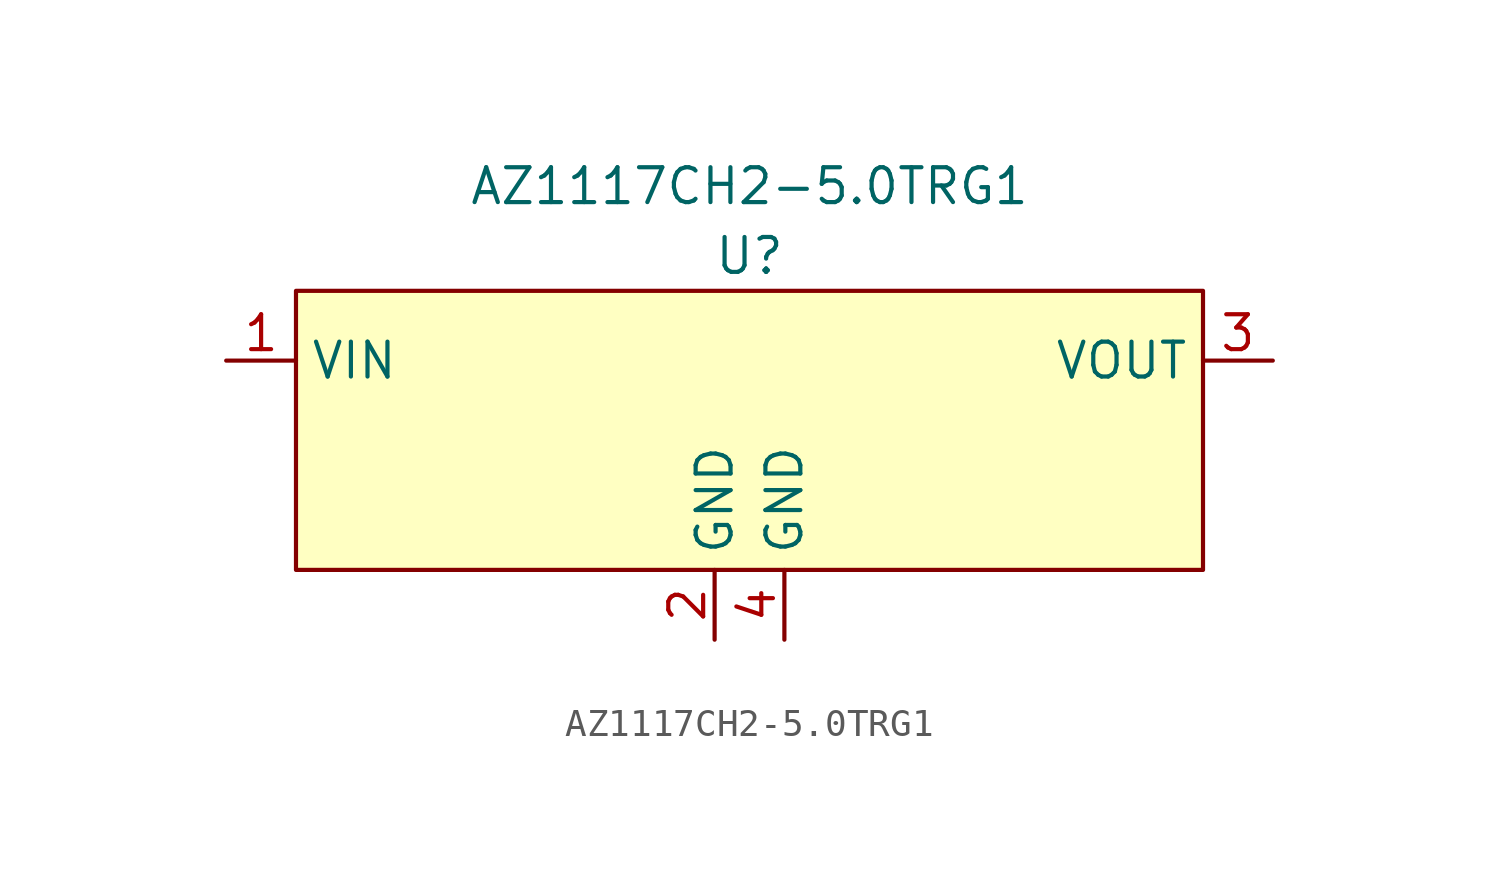
<source format=kicad_sym>
(kicad_symbol_lib
  (version 20211014)
  (generator kicad_symbol_editor)
  (symbol "AZ1117CH2-5.0TRG1"
    (property "Reference" "U"
      (at 0 6.35 0)
      (effects (font (size 1.27 1.27))))
    (property "Value" "AZ1117CH2-5.0TRG1"
      (at 0 8.89 0)
      (effects (font (size 1.27 1.27))))
    (symbol "AZ1117CH2-5.0TRG1_0_1"
      (polyline (pts (xy -16.51 2.54) (xy -16.51 5.08) (xy 16.51 5.08) (xy 16.51 -5.08) (xy -16.51 -5.08) (xy -16.51 2.54)) (stroke (width 0) (type default) (color 0 0 0 0)) (fill (type background))))
    (symbol "AZ1117CH2-5.0TRG1_1_1"
      (pin power_in line (at -19.05 2.54 0) (length 2.54) (name "VIN" (effects (font (size 1.27 1.27)))) (number "1" (effects (font (size 1.27 1.27)))))
      (pin power_in line (at -1.27 -7.62 90) (length 2.54) (name "GND" (effects (font (size 1.27 1.27)))) (number "2" (effects (font (size 1.27 1.27)))))
      (pin power_out line (at 19.05 2.54 180) (length 2.54) (name "VOUT" (effects (font (size 1.27 1.27)))) (number "3" (effects (font (size 1.27 1.27)))))
      (pin power_out line (at 1.27 -7.62 90) (length 2.54) (name "GND" (effects (font (size 1.27 1.27)))) (number "4" (effects (font (size 1.27 1.27))))))))
</source>
